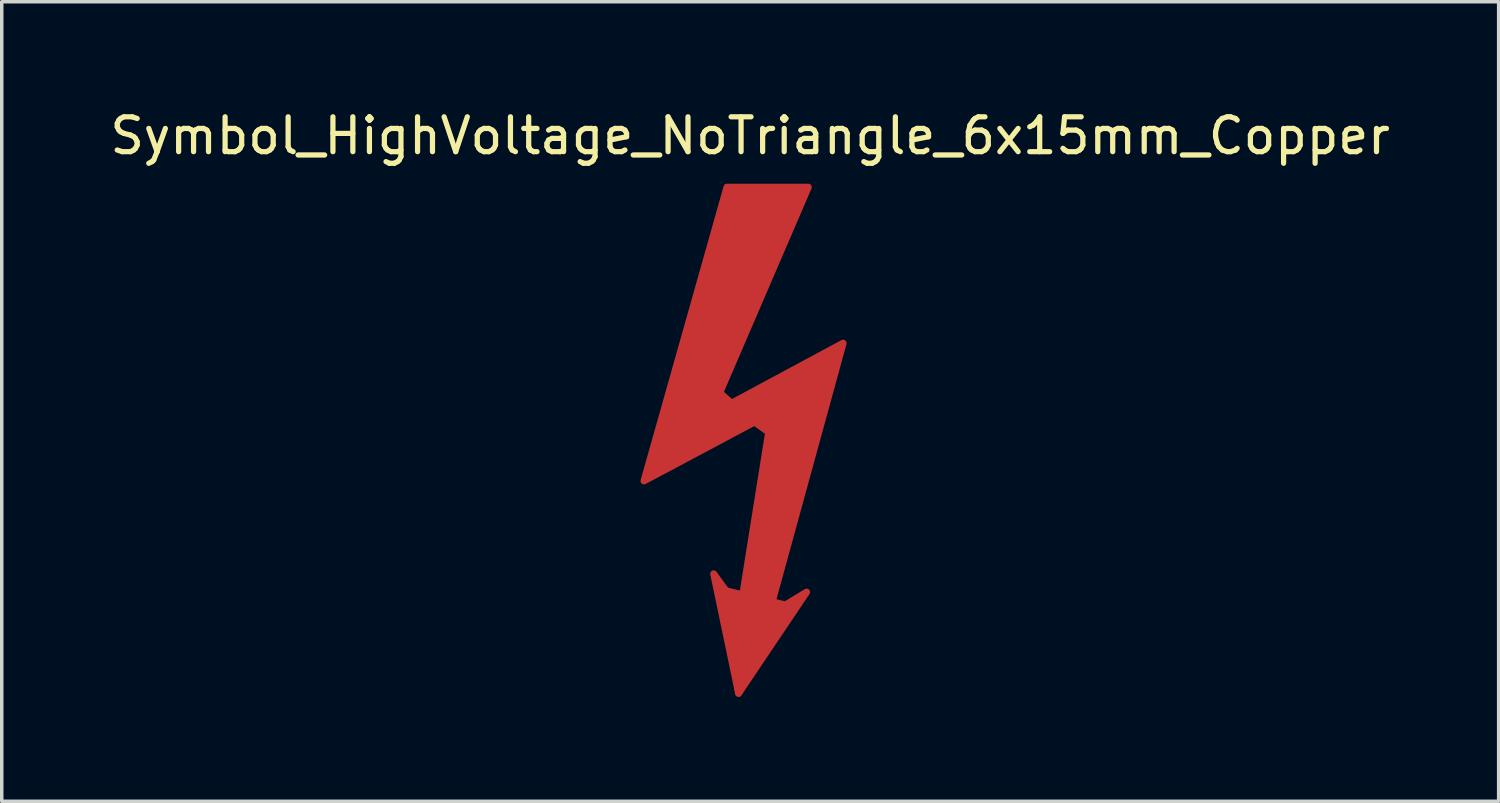
<source format=kicad_pcb>
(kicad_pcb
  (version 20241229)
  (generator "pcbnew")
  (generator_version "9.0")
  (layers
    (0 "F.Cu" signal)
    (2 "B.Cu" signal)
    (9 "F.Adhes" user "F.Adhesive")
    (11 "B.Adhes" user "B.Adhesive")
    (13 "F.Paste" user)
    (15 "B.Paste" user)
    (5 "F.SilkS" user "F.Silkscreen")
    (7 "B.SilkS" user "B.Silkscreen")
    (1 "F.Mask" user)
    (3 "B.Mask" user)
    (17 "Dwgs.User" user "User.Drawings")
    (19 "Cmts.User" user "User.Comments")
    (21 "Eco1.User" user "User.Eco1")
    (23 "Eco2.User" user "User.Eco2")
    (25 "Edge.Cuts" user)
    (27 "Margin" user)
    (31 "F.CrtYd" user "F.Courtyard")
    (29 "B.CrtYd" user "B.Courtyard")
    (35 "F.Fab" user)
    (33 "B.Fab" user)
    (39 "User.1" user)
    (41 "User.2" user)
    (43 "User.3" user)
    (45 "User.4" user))
  (footprint "Symbol_HighVoltage_NoTriangle_6x15mm_Copper"
    (layer "F.Cu")
    (at 18.482 9.348)
    (property "Reference" "Symbol_HighVoltage_NoTriangle_6x15mm_Copper" (at 0 -8.5 0) (layer "F.SilkS") (effects (font (size 1 1) (thickness 0.15))))
    (attr exclude_from_pos_files exclude_from_bom)
    (fp_poly (pts (xy -0.77 4.54) (xy 1.07 4.98) (xy -0.333 7.501)) (stroke (width 0.2) (type solid)) (fill yes) (layer "F.Cu"))
    (fp_poly (pts (xy 0.619 -0.548) (xy 0.13 -0.28) (xy 0.55 0.02)) (stroke (width 0.2) (type solid)) (fill yes) (layer "F.Cu"))
    (fp_poly (pts (xy -0.88 -1.14) (xy -1.143 -0.5) (xy -0.52 -0.81) (xy -0.89 -1.14)) (stroke (width 0.2) (type solid)) (fill yes) (layer "F.Cu"))
    (fp_poly (pts (xy -1.143 -0.5) (xy 2.667 -2.548) (xy 0.524 5.263) (xy 1.619 4.596) (xy -0.333 7.501) (xy -1.048 4.072) (xy -0.286 5.12) (xy 0.619 -0.548) (xy -3.048 1.405) (xy -0.667 -7.025) (xy 1.667 -7.025)) (stroke (width 0.2) (type solid)) (fill yes) (layer "F.Cu")))
  (gr_rect
    (start -3 -3)
    (end 39.964 19.949)
    (stroke (width 0.1) (type default))
    (fill no)
    (layer "Edge.Cuts")))
</source>
